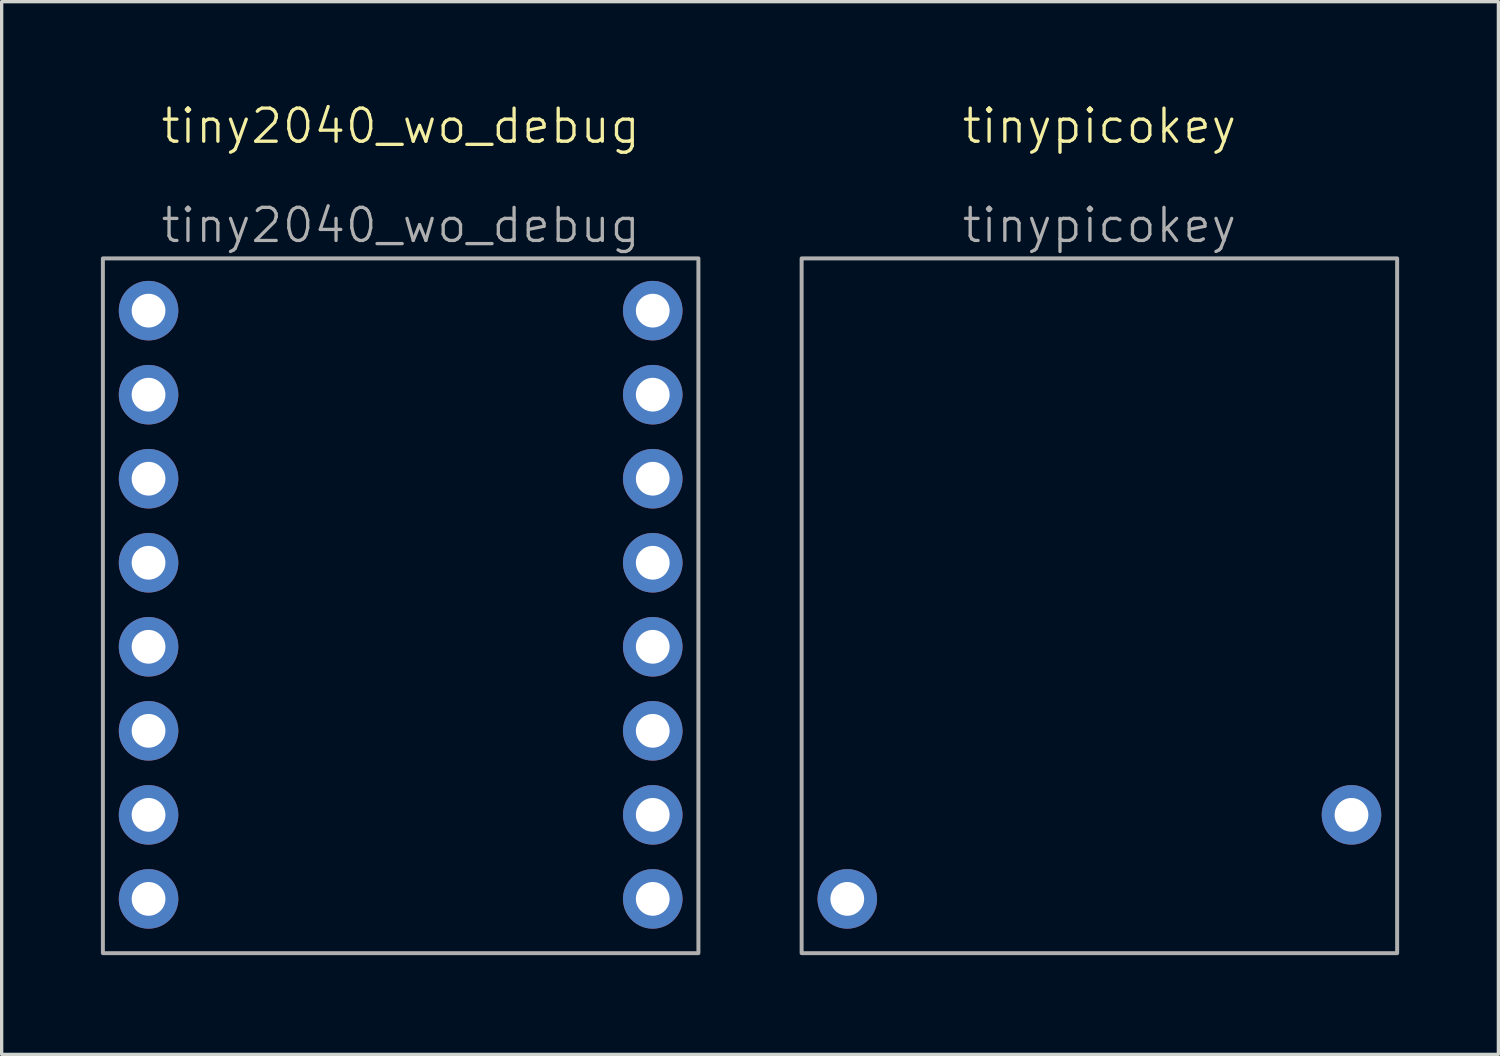
<source format=kicad_pcb>
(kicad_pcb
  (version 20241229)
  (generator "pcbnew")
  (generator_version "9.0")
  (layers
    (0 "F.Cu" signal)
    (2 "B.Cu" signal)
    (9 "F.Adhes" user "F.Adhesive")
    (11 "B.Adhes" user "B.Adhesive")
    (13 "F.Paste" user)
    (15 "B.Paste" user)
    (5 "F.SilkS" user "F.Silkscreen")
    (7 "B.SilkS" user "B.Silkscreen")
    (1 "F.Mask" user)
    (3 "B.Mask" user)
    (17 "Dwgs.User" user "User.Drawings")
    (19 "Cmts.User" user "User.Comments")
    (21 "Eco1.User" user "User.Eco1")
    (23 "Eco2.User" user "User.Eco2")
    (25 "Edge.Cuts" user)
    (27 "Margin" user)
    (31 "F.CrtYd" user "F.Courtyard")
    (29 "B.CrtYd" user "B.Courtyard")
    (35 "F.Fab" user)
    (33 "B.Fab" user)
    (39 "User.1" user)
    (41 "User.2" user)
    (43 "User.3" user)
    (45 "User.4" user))
  (footprint "tiny2040_wo_debug"
    (layer "F.Cu")
    (at 9.06 1.26)
    (property "Reference" "tiny2040_wo_debug" (at 0 -0.5 0) (unlocked yes) (layer "F.SilkS") (effects (font (size 1 1) (thickness 0.1))))
    (fp_rect (start -9 3.5) (end 9 24.5) (stroke (width 0.12) (type solid)) (fill no) (layer "F.Fab"))
    (fp_text user "${REFERENCE}" (at 0 2.5 0) (unlocked yes) (layer "F.Fab") (effects (font (size 1 1) (thickness 0.1))))
    (pad "1" thru_hole circle (at -7.62 5.08) (size 1.8 1.8) (drill 1.02) (layers "*.Cu" "*.Mask"))
    (pad "2" thru_hole circle (at -7.62 7.62) (size 1.8 1.8) (drill 1.02) (layers "*.Cu" "*.Mask"))
    (pad "3" thru_hole circle (at -7.62 10.16) (size 1.8 1.8) (drill 1.02) (layers "*.Cu" "*.Mask"))
    (pad "4" thru_hole circle (at -7.62 12.7) (size 1.8 1.8) (drill 1.02) (layers "*.Cu" "*.Mask"))
    (pad "5" thru_hole circle (at -7.62 15.24) (size 1.8 1.8) (drill 1.02) (layers "*.Cu" "*.Mask"))
    (pad "6" thru_hole circle (at -7.62 17.78) (size 1.8 1.8) (drill 1.02) (layers "*.Cu" "*.Mask"))
    (pad "7" thru_hole circle (at -7.62 20.32) (size 1.8 1.8) (drill 1.02) (layers "*.Cu" "*.Mask"))
    (pad "8" thru_hole circle (at -7.62 22.86) (size 1.8 1.8) (drill 1.02) (layers "*.Cu" "*.Mask"))
    (pad "9" thru_hole circle (at 7.62 22.86) (size 1.8 1.8) (drill 1.02) (layers "*.Cu" "*.Mask"))
    (pad "10" thru_hole circle (at 7.62 20.32) (size 1.8 1.8) (drill 1.02) (layers "*.Cu" "*.Mask"))
    (pad "11" thru_hole circle (at 7.62 17.78) (size 1.8 1.8) (drill 1.02) (layers "*.Cu" "*.Mask"))
    (pad "12" thru_hole circle (at 7.62 15.24) (size 1.8 1.8) (drill 1.02) (layers "*.Cu" "*.Mask"))
    (pad "13" thru_hole circle (at 7.62 12.7) (size 1.8 1.8) (drill 1.02) (layers "*.Cu" "*.Mask"))
    (pad "14" thru_hole circle (at 7.62 10.16) (size 1.8 1.8) (drill 1.02) (layers "*.Cu" "*.Mask"))
    (pad "15" thru_hole circle (at 7.62 7.62) (size 1.8 1.8) (drill 1.02) (layers "*.Cu" "*.Mask"))
    (pad "16" thru_hole circle (at 7.62 5.08) (size 1.8 1.8) (drill 1.02) (layers "*.Cu" "*.Mask")))
  (footprint "tinypicokey"
    (layer "F.Cu")
    (at 30.18 1.26)
    (property "Reference" "tinypicokey" (at 0 -0.5 0) (unlocked yes) (layer "F.SilkS") (effects (font (size 1 1) (thickness 0.1))))
    (fp_rect (start -9 3.5) (end 9 24.5) (stroke (width 0.12) (type solid)) (fill no) (layer "F.Fab"))
    (fp_text user "${REFERENCE}" (at 0 2.5 0) (unlocked yes) (layer "F.Fab") (effects (font (size 1 1) (thickness 0.1))))
    (pad "1" thru_hole circle (at 7.62 20.32) (size 1.8 1.8) (drill 1.02) (layers "*.Cu" "*.Mask"))
    (pad "2" thru_hole circle (at -7.62 22.86) (size 1.8 1.8) (drill 1.02) (layers "*.Cu" "*.Mask")))
  (gr_rect
    (start -3 -3)
    (end 42.24 28.82)
    (stroke (width 0.1) (type default))
    (fill no)
    (layer "Edge.Cuts")))
</source>
